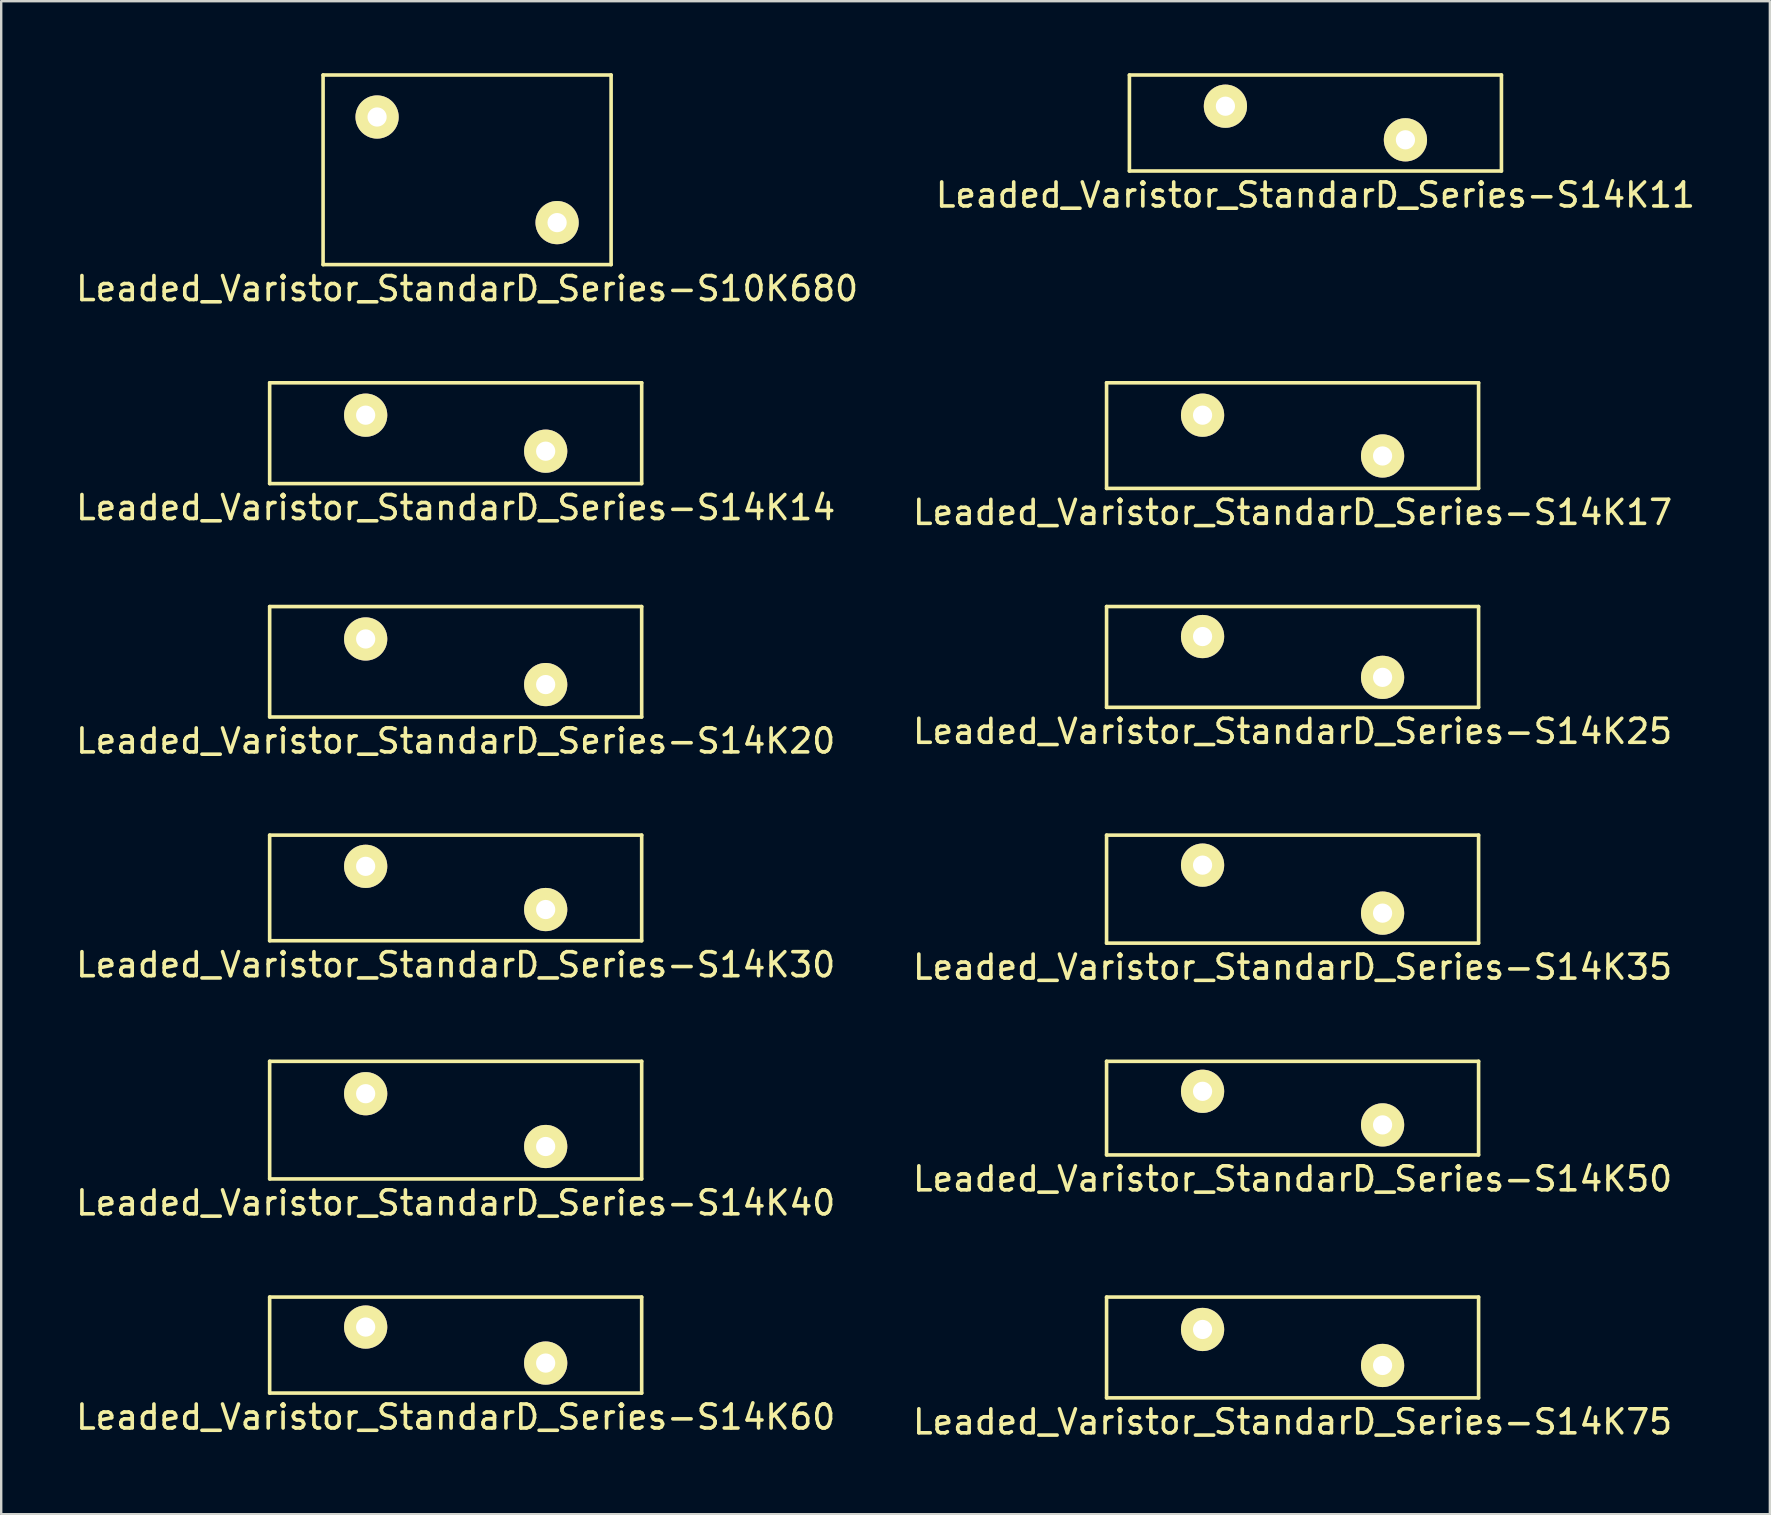
<source format=kicad_pcb>
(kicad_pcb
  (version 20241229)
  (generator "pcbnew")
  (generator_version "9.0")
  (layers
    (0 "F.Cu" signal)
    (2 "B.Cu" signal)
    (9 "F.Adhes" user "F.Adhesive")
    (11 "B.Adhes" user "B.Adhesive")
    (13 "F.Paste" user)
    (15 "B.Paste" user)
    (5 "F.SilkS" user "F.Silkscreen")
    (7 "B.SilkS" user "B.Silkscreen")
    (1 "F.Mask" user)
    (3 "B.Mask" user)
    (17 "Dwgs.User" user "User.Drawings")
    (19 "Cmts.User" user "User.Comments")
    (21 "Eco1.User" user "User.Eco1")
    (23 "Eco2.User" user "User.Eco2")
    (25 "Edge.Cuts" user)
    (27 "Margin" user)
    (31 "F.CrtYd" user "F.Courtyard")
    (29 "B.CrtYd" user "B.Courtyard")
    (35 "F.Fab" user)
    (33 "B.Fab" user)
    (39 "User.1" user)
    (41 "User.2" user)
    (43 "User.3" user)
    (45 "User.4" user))
  (footprint "Leaded_Varistor_StandarD_Series-S14K60"
    (layer "F.Cu")
    (at 12.185 52.241)
    (property "Reference" "Leaded_Varistor_StandarD_Series-S14K60" (at 3.75 3.75 0) (layer "F.SilkS") (effects (font (size 1 1) (thickness 0.15))))
    (attr through_hole)
    (fp_line (start -4 -1.25) (end -4 2.75) (stroke (width 0.15) (type solid)) (layer "F.SilkS"))
    (fp_line (start -4 -1.25) (end 11.5 -1.25) (stroke (width 0.15) (type solid)) (layer "F.SilkS"))
    (fp_line (start -4 2.75) (end 11.5 2.75) (stroke (width 0.15) (type solid)) (layer "F.SilkS"))
    (fp_line (start 11.5 -1.25) (end 11.5 2.75) (stroke (width 0.15) (type solid)) (layer "F.SilkS"))
    (pad "1" thru_hole circle (at 0 0) (size 1.8 1.8) (drill 0.8) (layers "*.Cu" "*.Mask" "F.SilkS"))
    (pad "2" thru_hole circle (at 7.5 1.5) (size 1.8 1.8) (drill 0.8) (layers "*.Cu" "*.Mask" "F.SilkS")))
  (footprint "Leaded_Varistor_StandarD_Series-S10K680"
    (layer "F.Cu")
    (at 12.661 1.825)
    (property "Reference" "Leaded_Varistor_StandarD_Series-S10K680" (at 3.75 7.15 0) (layer "F.SilkS") (effects (font (size 1 1) (thickness 0.15))))
    (attr through_hole)
    (fp_line (start -2.25 -1.75) (end -2.25 6.15) (stroke (width 0.15) (type solid)) (layer "F.SilkS"))
    (fp_line (start -2.25 -1.75) (end 9.75 -1.75) (stroke (width 0.15) (type solid)) (layer "F.SilkS"))
    (fp_line (start -2.25 6.15) (end 9.75 6.15) (stroke (width 0.15) (type solid)) (layer "F.SilkS"))
    (fp_line (start 9.75 -1.75) (end 9.75 6.15) (stroke (width 0.15) (type solid)) (layer "F.SilkS"))
    (pad "1" thru_hole circle (at 0 0) (size 1.8 1.8) (drill 0.8) (layers "*.Cu" "*.Mask" "F.SilkS"))
    (pad "2" thru_hole circle (at 7.5 4.4) (size 1.8 1.8) (drill 0.8) (layers "*.Cu" "*.Mask" "F.SilkS")))
  (footprint "Leaded_Varistor_StandarD_Series-S14K11"
    (layer "F.Cu")
    (at 48.006 1.375)
    (property "Reference" "Leaded_Varistor_StandarD_Series-S14K11" (at 3.75 3.7 0) (layer "F.SilkS") (effects (font (size 1 1) (thickness 0.15))))
    (attr through_hole)
    (fp_line (start -4 -1.3) (end -4 2.7) (stroke (width 0.15) (type solid)) (layer "F.SilkS"))
    (fp_line (start -4 -1.3) (end 11.5 -1.3) (stroke (width 0.15) (type solid)) (layer "F.SilkS"))
    (fp_line (start -4 2.7) (end 11.5 2.7) (stroke (width 0.15) (type solid)) (layer "F.SilkS"))
    (fp_line (start 11.5 -1.3) (end 11.5 2.7) (stroke (width 0.15) (type solid)) (layer "F.SilkS"))
    (pad "1" thru_hole circle (at 0 0) (size 1.8 1.8) (drill 0.8) (layers "*.Cu" "*.Mask" "F.SilkS"))
    (pad "2" thru_hole circle (at 7.5 1.4) (size 1.8 1.8) (drill 0.8) (layers "*.Cu" "*.Mask" "F.SilkS")))
  (footprint "Leaded_Varistor_StandarD_Series-S14K40"
    (layer "F.Cu")
    (at 12.185 42.518)
    (property "Reference" "Leaded_Varistor_StandarD_Series-S14K40" (at 3.75 4.55 0) (layer "F.SilkS") (effects (font (size 1 1) (thickness 0.15))))
    (attr through_hole)
    (fp_line (start -4 -1.35) (end -4 3.55) (stroke (width 0.15) (type solid)) (layer "F.SilkS"))
    (fp_line (start -4 -1.35) (end 11.5 -1.35) (stroke (width 0.15) (type solid)) (layer "F.SilkS"))
    (fp_line (start -4 3.55) (end 11.5 3.55) (stroke (width 0.15) (type solid)) (layer "F.SilkS"))
    (fp_line (start 11.5 -1.35) (end 11.5 3.55) (stroke (width 0.15) (type solid)) (layer "F.SilkS"))
    (pad "1" thru_hole circle (at 0 0) (size 1.8 1.8) (drill 0.8) (layers "*.Cu" "*.Mask" "F.SilkS"))
    (pad "2" thru_hole circle (at 7.5 2.2) (size 1.8 1.8) (drill 0.8) (layers "*.Cu" "*.Mask" "F.SilkS")))
  (footprint "Leaded_Varistor_StandarD_Series-S14K75"
    (layer "F.Cu")
    (at 47.054 52.341)
    (property "Reference" "Leaded_Varistor_StandarD_Series-S14K75" (at 3.75 3.85 0) (layer "F.SilkS") (effects (font (size 1 1) (thickness 0.15))))
    (attr through_hole)
    (fp_line (start -4 -1.35) (end -4 2.85) (stroke (width 0.15) (type solid)) (layer "F.SilkS"))
    (fp_line (start -4 -1.35) (end 11.5 -1.35) (stroke (width 0.15) (type solid)) (layer "F.SilkS"))
    (fp_line (start -4 2.85) (end 11.5 2.85) (stroke (width 0.15) (type solid)) (layer "F.SilkS"))
    (fp_line (start 11.5 -1.35) (end 11.5 2.85) (stroke (width 0.15) (type solid)) (layer "F.SilkS"))
    (pad "1" thru_hole circle (at 0 0) (size 1.8 1.8) (drill 0.8) (layers "*.Cu" "*.Mask" "F.SilkS"))
    (pad "2" thru_hole circle (at 7.5 1.5) (size 1.8 1.8) (drill 0.8) (layers "*.Cu" "*.Mask" "F.SilkS")))
  (footprint "Leaded_Varistor_StandarD_Series-S14K17"
    (layer "F.Cu")
    (at 47.054 14.248)
    (property "Reference" "Leaded_Varistor_StandarD_Series-S14K17" (at 3.75 4.05 0) (layer "F.SilkS") (effects (font (size 1 1) (thickness 0.15))))
    (attr through_hole)
    (fp_line (start -4 -1.35) (end -4 3.05) (stroke (width 0.15) (type solid)) (layer "F.SilkS"))
    (fp_line (start -4 -1.35) (end 11.5 -1.35) (stroke (width 0.15) (type solid)) (layer "F.SilkS"))
    (fp_line (start -4 3.05) (end 11.5 3.05) (stroke (width 0.15) (type solid)) (layer "F.SilkS"))
    (fp_line (start 11.5 -1.35) (end 11.5 3.05) (stroke (width 0.15) (type solid)) (layer "F.SilkS"))
    (pad "1" thru_hole circle (at 0 0) (size 1.8 1.8) (drill 0.8) (layers "*.Cu" "*.Mask" "F.SilkS"))
    (pad "2" thru_hole circle (at 7.5 1.7) (size 1.8 1.8) (drill 0.8) (layers "*.Cu" "*.Mask" "F.SilkS")))
  (footprint "Leaded_Varistor_StandarD_Series-S14K25"
    (layer "F.Cu")
    (at 47.054 23.471)
    (property "Reference" "Leaded_Varistor_StandarD_Series-S14K25" (at 3.75 3.95 0) (layer "F.SilkS") (effects (font (size 1 1) (thickness 0.15))))
    (attr through_hole)
    (fp_line (start -4 -1.25) (end -4 2.95) (stroke (width 0.15) (type solid)) (layer "F.SilkS"))
    (fp_line (start -4 -1.25) (end 11.5 -1.25) (stroke (width 0.15) (type solid)) (layer "F.SilkS"))
    (fp_line (start -4 2.95) (end 11.5 2.95) (stroke (width 0.15) (type solid)) (layer "F.SilkS"))
    (fp_line (start 11.5 -1.25) (end 11.5 2.95) (stroke (width 0.15) (type solid)) (layer "F.SilkS"))
    (pad "1" thru_hole circle (at 0 0) (size 1.8 1.8) (drill 0.8) (layers "*.Cu" "*.Mask" "F.SilkS"))
    (pad "2" thru_hole circle (at 7.5 1.7) (size 1.8 1.8) (drill 0.8) (layers "*.Cu" "*.Mask" "F.SilkS")))
  (footprint "Leaded_Varistor_StandarD_Series-S14K20"
    (layer "F.Cu")
    (at 12.185 23.572)
    (property "Reference" "Leaded_Varistor_StandarD_Series-S14K20" (at 3.75 4.25 0) (layer "F.SilkS") (effects (font (size 1 1) (thickness 0.15))))
    (attr through_hole)
    (fp_line (start -4 -1.35) (end -4 3.25) (stroke (width 0.15) (type solid)) (layer "F.SilkS"))
    (fp_line (start -4 -1.35) (end 11.5 -1.35) (stroke (width 0.15) (type solid)) (layer "F.SilkS"))
    (fp_line (start -4 3.25) (end 11.5 3.25) (stroke (width 0.15) (type solid)) (layer "F.SilkS"))
    (fp_line (start 11.5 -1.35) (end 11.5 3.25) (stroke (width 0.15) (type solid)) (layer "F.SilkS"))
    (pad "1" thru_hole circle (at 0 0) (size 1.8 1.8) (drill 0.8) (layers "*.Cu" "*.Mask" "F.SilkS"))
    (pad "2" thru_hole circle (at 7.5 1.9) (size 1.8 1.8) (drill 0.8) (layers "*.Cu" "*.Mask" "F.SilkS")))
  (footprint "Leaded_Varistor_StandarD_Series-S14K50"
    (layer "F.Cu")
    (at 47.054 42.418)
    (property "Reference" "Leaded_Varistor_StandarD_Series-S14K50" (at 3.75 3.65 0) (layer "F.SilkS") (effects (font (size 1 1) (thickness 0.15))))
    (attr through_hole)
    (fp_line (start -4 -1.25) (end -4 2.65) (stroke (width 0.15) (type solid)) (layer "F.SilkS"))
    (fp_line (start -4 -1.25) (end 11.5 -1.25) (stroke (width 0.15) (type solid)) (layer "F.SilkS"))
    (fp_line (start -4 2.65) (end 11.5 2.65) (stroke (width 0.15) (type solid)) (layer "F.SilkS"))
    (fp_line (start 11.5 -1.25) (end 11.5 2.65) (stroke (width 0.15) (type solid)) (layer "F.SilkS"))
    (pad "1" thru_hole circle (at 0 0) (size 1.8 1.8) (drill 0.8) (layers "*.Cu" "*.Mask" "F.SilkS"))
    (pad "2" thru_hole circle (at 7.5 1.4) (size 1.8 1.8) (drill 0.8) (layers "*.Cu" "*.Mask" "F.SilkS")))
  (footprint "Leaded_Varistor_StandarD_Series-S14K30"
    (layer "F.Cu")
    (at 12.185 33.045)
    (property "Reference" "Leaded_Varistor_StandarD_Series-S14K30" (at 3.75 4.1 0) (layer "F.SilkS") (effects (font (size 1 1) (thickness 0.15))))
    (attr through_hole)
    (fp_line (start -4 -1.3) (end -4 3.1) (stroke (width 0.15) (type solid)) (layer "F.SilkS"))
    (fp_line (start -4 -1.3) (end 11.5 -1.3) (stroke (width 0.15) (type solid)) (layer "F.SilkS"))
    (fp_line (start -4 3.1) (end 11.5 3.1) (stroke (width 0.15) (type solid)) (layer "F.SilkS"))
    (fp_line (start 11.5 -1.3) (end 11.5 3.1) (stroke (width 0.15) (type solid)) (layer "F.SilkS"))
    (pad "1" thru_hole circle (at 0 0) (size 1.8 1.8) (drill 0.8) (layers "*.Cu" "*.Mask" "F.SilkS"))
    (pad "2" thru_hole circle (at 7.5 1.8) (size 1.8 1.8) (drill 0.8) (layers "*.Cu" "*.Mask" "F.SilkS")))
  (footprint "Leaded_Varistor_StandarD_Series-S14K35"
    (layer "F.Cu")
    (at 47.054 32.995)
    (property "Reference" "Leaded_Varistor_StandarD_Series-S14K35" (at 3.75 4.25 0) (layer "F.SilkS") (effects (font (size 1 1) (thickness 0.15))))
    (attr through_hole)
    (fp_line (start -4 -1.25) (end -4 3.25) (stroke (width 0.15) (type solid)) (layer "F.SilkS"))
    (fp_line (start -4 -1.25) (end 11.5 -1.25) (stroke (width 0.15) (type solid)) (layer "F.SilkS"))
    (fp_line (start -4 3.25) (end 11.5 3.25) (stroke (width 0.15) (type solid)) (layer "F.SilkS"))
    (fp_line (start 11.5 -1.25) (end 11.5 3.25) (stroke (width 0.15) (type solid)) (layer "F.SilkS"))
    (pad "1" thru_hole circle (at 0 0) (size 1.8 1.8) (drill 0.8) (layers "*.Cu" "*.Mask" "F.SilkS"))
    (pad "2" thru_hole circle (at 7.5 2) (size 1.8 1.8) (drill 0.8) (layers "*.Cu" "*.Mask" "F.SilkS")))
  (footprint "Leaded_Varistor_StandarD_Series-S14K14"
    (layer "F.Cu")
    (at 12.185 14.248)
    (property "Reference" "Leaded_Varistor_StandarD_Series-S14K14" (at 3.75 3.85 0) (layer "F.SilkS") (effects (font (size 1 1) (thickness 0.15))))
    (attr through_hole)
    (fp_line (start -4 -1.35) (end -4 2.85) (stroke (width 0.15) (type solid)) (layer "F.SilkS"))
    (fp_line (start -4 -1.35) (end 11.5 -1.35) (stroke (width 0.15) (type solid)) (layer "F.SilkS"))
    (fp_line (start -4 2.85) (end 11.5 2.85) (stroke (width 0.15) (type solid)) (layer "F.SilkS"))
    (fp_line (start 11.5 -1.35) (end 11.5 2.85) (stroke (width 0.15) (type solid)) (layer "F.SilkS"))
    (pad "1" thru_hole circle (at 0 0) (size 1.8 1.8) (drill 0.8) (layers "*.Cu" "*.Mask" "F.SilkS"))
    (pad "2" thru_hole circle (at 7.5 1.5) (size 1.8 1.8) (drill 0.8) (layers "*.Cu" "*.Mask" "F.SilkS")))
  (gr_rect
    (start -3 -3)
    (end 70.69 60.039)
    (stroke (width 0.1) (type default))
    (fill no)
    (layer "Edge.Cuts")))
</source>
